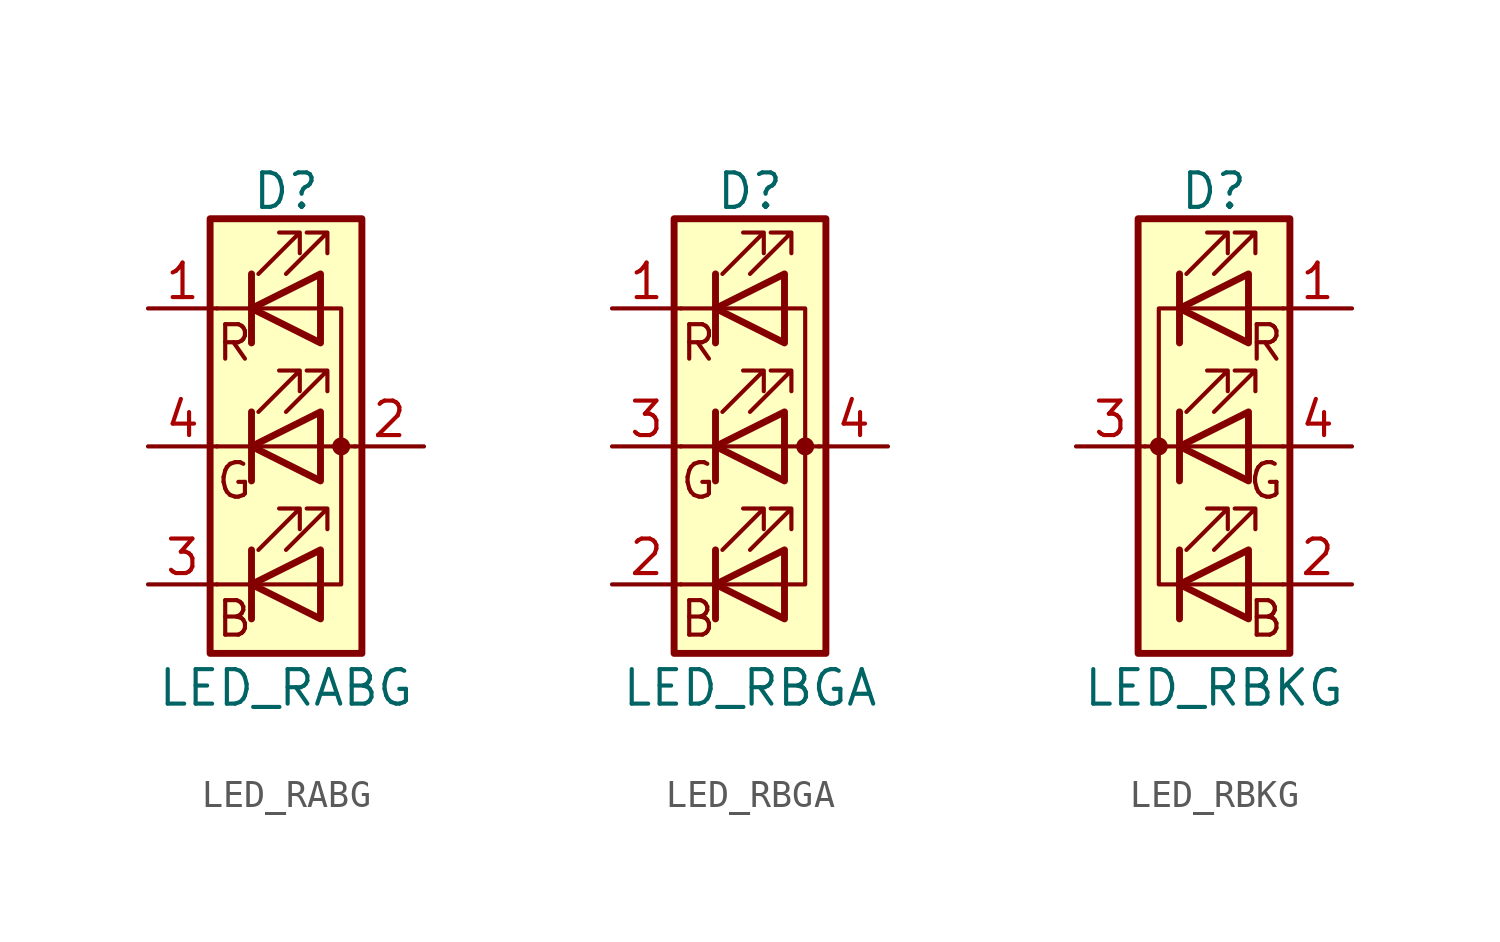
<source format=kicad_sym>
(kicad_symbol_lib
  (version 20211014)
  (generator kicad_symbol_editor)
  (symbol "LED_RABG"
    (pin_names
      (offset 0) hide)
    (property "Reference" "D"
      (at 0 9.398 0)
      (effects (font (size 1.27 1.27))))
    (property "Value" "LED_RABG"
      (at 0 -8.89 0)
      (effects (font (size 1.27 1.27))))
    (symbol "LED_RABG_0_0"
      (text "B" (at -1.905 -6.35 0) (effects (font (size 1.27 1.27))))
      (text "G" (at -1.905 -1.27 0) (effects (font (size 1.27 1.27))))
      (text "R" (at -1.905 3.81 0) (effects (font (size 1.27 1.27)))))
    (symbol "LED_RABG_0_1"
      (polyline (pts (xy -1.27 -5.08) (xy -2.54 -5.08)) (stroke (width 0) (type default) (color 0 0 0 0)) (fill (type none)))
      (polyline (pts (xy -1.27 -5.08) (xy 1.27 -5.08)) (stroke (width 0) (type default) (color 0 0 0 0)) (fill (type none)))
      (polyline (pts (xy -1.27 -3.81) (xy -1.27 -6.35)) (stroke (width 0.254) (type default) (color 0 0 0 0)) (fill (type none)))
      (polyline (pts (xy -1.27 0) (xy -2.54 0)) (stroke (width 0) (type default) (color 0 0 0 0)) (fill (type none)))
      (polyline (pts (xy -1.27 1.27) (xy -1.27 -1.27)) (stroke (width 0.254) (type default) (color 0 0 0 0)) (fill (type none)))
      (polyline (pts (xy -1.27 5.08) (xy -2.54 5.08)) (stroke (width 0) (type default) (color 0 0 0 0)) (fill (type none)))
      (polyline (pts (xy -1.27 5.08) (xy 1.27 5.08)) (stroke (width 0) (type default) (color 0 0 0 0)) (fill (type none)))
      (polyline (pts (xy -1.27 6.35) (xy -1.27 3.81)) (stroke (width 0.254) (type default) (color 0 0 0 0)) (fill (type none)))
      (polyline (pts (xy 1.27 0) (xy -1.27 0)) (stroke (width 0) (type default) (color 0 0 0 0)) (fill (type none)))
      (polyline (pts (xy 1.27 0) (xy 2.54 0)) (stroke (width 0) (type default) (color 0 0 0 0)) (fill (type none)))
      (polyline (pts (xy -1.27 1.27) (xy -1.27 -1.27) (xy -1.27 -1.27)) (stroke (width 0) (type default) (color 0 0 0 0)) (fill (type none)))
      (polyline (pts (xy -1.27 6.35) (xy -1.27 3.81) (xy -1.27 3.81)) (stroke (width 0) (type default) (color 0 0 0 0)) (fill (type none)))
      (polyline (pts (xy 1.27 -5.08) (xy 2.032 -5.08) (xy 2.032 5.08) (xy 1.27 5.08)) (stroke (width 0) (type default) (color 0 0 0 0)) (fill (type none)))
      (polyline (pts (xy 1.27 -3.81) (xy 1.27 -6.35) (xy -1.27 -5.08) (xy 1.27 -3.81)) (stroke (width 0.254) (type default) (color 0 0 0 0)) (fill (type none)))
      (polyline (pts (xy 1.27 1.27) (xy 1.27 -1.27) (xy -1.27 0) (xy 1.27 1.27)) (stroke (width 0.254) (type default) (color 0 0 0 0)) (fill (type none)))
      (polyline (pts (xy 1.27 6.35) (xy 1.27 3.81) (xy -1.27 5.08) (xy 1.27 6.35)) (stroke (width 0.254) (type default) (color 0 0 0 0)) (fill (type none)))
      (polyline (pts (xy -1.016 -3.81) (xy 0.508 -2.286) (xy -0.254 -2.286) (xy 0.508 -2.286) (xy 0.508 -3.048)) (stroke (width 0) (type default) (color 0 0 0 0)) (fill (type none)))
      (polyline (pts (xy -1.016 1.27) (xy 0.508 2.794) (xy -0.254 2.794) (xy 0.508 2.794) (xy 0.508 2.032)) (stroke (width 0) (type default) (color 0 0 0 0)) (fill (type none)))
      (polyline (pts (xy -1.016 6.35) (xy 0.508 7.874) (xy -0.254 7.874) (xy 0.508 7.874) (xy 0.508 7.112)) (stroke (width 0) (type default) (color 0 0 0 0)) (fill (type none)))
      (polyline (pts (xy 0 -3.81) (xy 1.524 -2.286) (xy 0.762 -2.286) (xy 1.524 -2.286) (xy 1.524 -3.048)) (stroke (width 0) (type default) (color 0 0 0 0)) (fill (type none)))
      (polyline (pts (xy 0 1.27) (xy 1.524 2.794) (xy 0.762 2.794) (xy 1.524 2.794) (xy 1.524 2.032)) (stroke (width 0) (type default) (color 0 0 0 0)) (fill (type none)))
      (polyline (pts (xy 0 6.35) (xy 1.524 7.874) (xy 0.762 7.874) (xy 1.524 7.874) (xy 1.524 7.112)) (stroke (width 0) (type default) (color 0 0 0 0)) (fill (type none)))
      (rectangle (start 1.27 -1.27) (end 1.27 1.27) (stroke (width 0) (type default) (color 0 0 0 0)) (fill (type none)))
      (rectangle (start 1.27 1.27) (end 1.27 1.27) (stroke (width 0) (type default) (color 0 0 0 0)) (fill (type none)))
      (rectangle (start 1.27 3.81) (end 1.27 6.35) (stroke (width 0) (type default) (color 0 0 0 0)) (fill (type none)))
      (rectangle (start 1.27 6.35) (end 1.27 6.35) (stroke (width 0) (type default) (color 0 0 0 0)) (fill (type none)))
      (circle (center 2.032 0) (radius 0.254) (stroke (width 0) (type default) (color 0 0 0 0)) (fill (type outline)))
      (rectangle (start 2.794 8.382) (end -2.794 -7.62) (stroke (width 0.254) (type default) (color 0 0 0 0)) (fill (type background))))
    (symbol "LED_RABG_1_1"
      (pin passive line (at -5.08 5.08 0) (length 2.54) (name "RK" (effects (font (size 1.27 1.27)))) (number "1" (effects (font (size 1.27 1.27)))))
      (pin passive line (at 5.08 0 180) (length 2.54) (name "A" (effects (font (size 1.27 1.27)))) (number "2" (effects (font (size 1.27 1.27)))))
      (pin passive line (at -5.08 -5.08 0) (length 2.54) (name "BK" (effects (font (size 1.27 1.27)))) (number "3" (effects (font (size 1.27 1.27)))))
      (pin passive line (at -5.08 0 0) (length 2.54) (name "GK" (effects (font (size 1.27 1.27)))) (number "4" (effects (font (size 1.27 1.27)))))))
  (symbol "LED_RBGA"
    (pin_names
      (offset 0) hide)
    (property "Reference" "D"
      (at 0 9.398 0)
      (effects (font (size 1.27 1.27))))
    (property "Value" "LED_RBGA"
      (at 0 -8.89 0)
      (effects (font (size 1.27 1.27))))
    (symbol "LED_RBGA_0_0"
      (text "B" (at -1.905 -6.35 0) (effects (font (size 1.27 1.27))))
      (text "G" (at -1.905 -1.27 0) (effects (font (size 1.27 1.27))))
      (text "R" (at -1.905 3.81 0) (effects (font (size 1.27 1.27)))))
    (symbol "LED_RBGA_0_1"
      (polyline (pts (xy -1.27 -5.08) (xy -2.54 -5.08)) (stroke (width 0) (type default) (color 0 0 0 0)) (fill (type none)))
      (polyline (pts (xy -1.27 -5.08) (xy 1.27 -5.08)) (stroke (width 0) (type default) (color 0 0 0 0)) (fill (type none)))
      (polyline (pts (xy -1.27 -3.81) (xy -1.27 -6.35)) (stroke (width 0.254) (type default) (color 0 0 0 0)) (fill (type none)))
      (polyline (pts (xy -1.27 0) (xy -2.54 0)) (stroke (width 0) (type default) (color 0 0 0 0)) (fill (type none)))
      (polyline (pts (xy -1.27 1.27) (xy -1.27 -1.27)) (stroke (width 0.254) (type default) (color 0 0 0 0)) (fill (type none)))
      (polyline (pts (xy -1.27 5.08) (xy -2.54 5.08)) (stroke (width 0) (type default) (color 0 0 0 0)) (fill (type none)))
      (polyline (pts (xy -1.27 5.08) (xy 1.27 5.08)) (stroke (width 0) (type default) (color 0 0 0 0)) (fill (type none)))
      (polyline (pts (xy -1.27 6.35) (xy -1.27 3.81)) (stroke (width 0.254) (type default) (color 0 0 0 0)) (fill (type none)))
      (polyline (pts (xy 1.27 0) (xy -1.27 0)) (stroke (width 0) (type default) (color 0 0 0 0)) (fill (type none)))
      (polyline (pts (xy 1.27 0) (xy 2.54 0)) (stroke (width 0) (type default) (color 0 0 0 0)) (fill (type none)))
      (polyline (pts (xy -1.27 1.27) (xy -1.27 -1.27) (xy -1.27 -1.27)) (stroke (width 0) (type default) (color 0 0 0 0)) (fill (type none)))
      (polyline (pts (xy -1.27 6.35) (xy -1.27 3.81) (xy -1.27 3.81)) (stroke (width 0) (type default) (color 0 0 0 0)) (fill (type none)))
      (polyline (pts (xy 1.27 -5.08) (xy 2.032 -5.08) (xy 2.032 5.08) (xy 1.27 5.08)) (stroke (width 0) (type default) (color 0 0 0 0)) (fill (type none)))
      (polyline (pts (xy 1.27 -3.81) (xy 1.27 -6.35) (xy -1.27 -5.08) (xy 1.27 -3.81)) (stroke (width 0.254) (type default) (color 0 0 0 0)) (fill (type none)))
      (polyline (pts (xy 1.27 1.27) (xy 1.27 -1.27) (xy -1.27 0) (xy 1.27 1.27)) (stroke (width 0.254) (type default) (color 0 0 0 0)) (fill (type none)))
      (polyline (pts (xy 1.27 6.35) (xy 1.27 3.81) (xy -1.27 5.08) (xy 1.27 6.35)) (stroke (width 0.254) (type default) (color 0 0 0 0)) (fill (type none)))
      (polyline (pts (xy -1.016 -3.81) (xy 0.508 -2.286) (xy -0.254 -2.286) (xy 0.508 -2.286) (xy 0.508 -3.048)) (stroke (width 0) (type default) (color 0 0 0 0)) (fill (type none)))
      (polyline (pts (xy -1.016 1.27) (xy 0.508 2.794) (xy -0.254 2.794) (xy 0.508 2.794) (xy 0.508 2.032)) (stroke (width 0) (type default) (color 0 0 0 0)) (fill (type none)))
      (polyline (pts (xy -1.016 6.35) (xy 0.508 7.874) (xy -0.254 7.874) (xy 0.508 7.874) (xy 0.508 7.112)) (stroke (width 0) (type default) (color 0 0 0 0)) (fill (type none)))
      (polyline (pts (xy 0 -3.81) (xy 1.524 -2.286) (xy 0.762 -2.286) (xy 1.524 -2.286) (xy 1.524 -3.048)) (stroke (width 0) (type default) (color 0 0 0 0)) (fill (type none)))
      (polyline (pts (xy 0 1.27) (xy 1.524 2.794) (xy 0.762 2.794) (xy 1.524 2.794) (xy 1.524 2.032)) (stroke (width 0) (type default) (color 0 0 0 0)) (fill (type none)))
      (polyline (pts (xy 0 6.35) (xy 1.524 7.874) (xy 0.762 7.874) (xy 1.524 7.874) (xy 1.524 7.112)) (stroke (width 0) (type default) (color 0 0 0 0)) (fill (type none)))
      (rectangle (start 1.27 -1.27) (end 1.27 1.27) (stroke (width 0) (type default) (color 0 0 0 0)) (fill (type none)))
      (rectangle (start 1.27 1.27) (end 1.27 1.27) (stroke (width 0) (type default) (color 0 0 0 0)) (fill (type none)))
      (rectangle (start 1.27 3.81) (end 1.27 6.35) (stroke (width 0) (type default) (color 0 0 0 0)) (fill (type none)))
      (rectangle (start 1.27 6.35) (end 1.27 6.35) (stroke (width 0) (type default) (color 0 0 0 0)) (fill (type none)))
      (circle (center 2.032 0) (radius 0.254) (stroke (width 0) (type default) (color 0 0 0 0)) (fill (type outline)))
      (rectangle (start 2.794 8.382) (end -2.794 -7.62) (stroke (width 0.254) (type default) (color 0 0 0 0)) (fill (type background))))
    (symbol "LED_RBGA_1_1"
      (pin passive line (at -5.08 5.08 0) (length 2.54) (name "RK" (effects (font (size 1.27 1.27)))) (number "1" (effects (font (size 1.27 1.27)))))
      (pin passive line (at -5.08 -5.08 0) (length 2.54) (name "BK" (effects (font (size 1.27 1.27)))) (number "2" (effects (font (size 1.27 1.27)))))
      (pin passive line (at -5.08 0 0) (length 2.54) (name "GK" (effects (font (size 1.27 1.27)))) (number "3" (effects (font (size 1.27 1.27)))))
      (pin passive line (at 5.08 0 180) (length 2.54) (name "A" (effects (font (size 1.27 1.27)))) (number "4" (effects (font (size 1.27 1.27)))))))
  (symbol "LED_RBKG"
    (pin_names
      (offset 0) hide)
    (property "Reference" "D"
      (at 0 9.398 0)
      (effects (font (size 1.27 1.27))))
    (property "Value" "LED_RBKG"
      (at 0 -8.89 0)
      (effects (font (size 1.27 1.27))))
    (symbol "LED_RBKG_0_0"
      (text "B" (at 1.905 -6.35 0) (effects (font (size 1.27 1.27))))
      (text "G" (at 1.905 -1.27 0) (effects (font (size 1.27 1.27))))
      (text "R" (at 1.905 3.81 0) (effects (font (size 1.27 1.27)))))
    (symbol "LED_RBKG_0_1"
      (circle (center -2.032 0) (radius 0.254) (stroke (width 0) (type default) (color 0 0 0 0)) (fill (type outline)))
      (polyline (pts (xy -1.27 -5.08) (xy 1.27 -5.08)) (stroke (width 0) (type default) (color 0 0 0 0)) (fill (type none)))
      (polyline (pts (xy -1.27 -3.81) (xy -1.27 -6.35)) (stroke (width 0.254) (type default) (color 0 0 0 0)) (fill (type none)))
      (polyline (pts (xy -1.27 0) (xy -2.54 0)) (stroke (width 0) (type default) (color 0 0 0 0)) (fill (type none)))
      (polyline (pts (xy -1.27 1.27) (xy -1.27 -1.27)) (stroke (width 0.254) (type default) (color 0 0 0 0)) (fill (type none)))
      (polyline (pts (xy -1.27 5.08) (xy 1.27 5.08)) (stroke (width 0) (type default) (color 0 0 0 0)) (fill (type none)))
      (polyline (pts (xy -1.27 6.35) (xy -1.27 3.81)) (stroke (width 0.254) (type default) (color 0 0 0 0)) (fill (type none)))
      (polyline (pts (xy 1.27 -5.08) (xy 2.54 -5.08)) (stroke (width 0) (type default) (color 0 0 0 0)) (fill (type none)))
      (polyline (pts (xy 1.27 0) (xy -1.27 0)) (stroke (width 0) (type default) (color 0 0 0 0)) (fill (type none)))
      (polyline (pts (xy 1.27 0) (xy 2.54 0)) (stroke (width 0) (type default) (color 0 0 0 0)) (fill (type none)))
      (polyline (pts (xy 1.27 5.08) (xy 2.54 5.08)) (stroke (width 0) (type default) (color 0 0 0 0)) (fill (type none)))
      (polyline (pts (xy -1.27 1.27) (xy -1.27 -1.27) (xy -1.27 -1.27)) (stroke (width 0) (type default) (color 0 0 0 0)) (fill (type none)))
      (polyline (pts (xy -1.27 6.35) (xy -1.27 3.81) (xy -1.27 3.81)) (stroke (width 0) (type default) (color 0 0 0 0)) (fill (type none)))
      (polyline (pts (xy -1.27 5.08) (xy -2.032 5.08) (xy -2.032 -5.08) (xy -1.016 -5.08)) (stroke (width 0) (type default) (color 0 0 0 0)) (fill (type none)))
      (polyline (pts (xy 1.27 -3.81) (xy 1.27 -6.35) (xy -1.27 -5.08) (xy 1.27 -3.81)) (stroke (width 0.254) (type default) (color 0 0 0 0)) (fill (type none)))
      (polyline (pts (xy 1.27 1.27) (xy 1.27 -1.27) (xy -1.27 0) (xy 1.27 1.27)) (stroke (width 0.254) (type default) (color 0 0 0 0)) (fill (type none)))
      (polyline (pts (xy 1.27 6.35) (xy 1.27 3.81) (xy -1.27 5.08) (xy 1.27 6.35)) (stroke (width 0.254) (type default) (color 0 0 0 0)) (fill (type none)))
      (polyline (pts (xy -1.016 -3.81) (xy 0.508 -2.286) (xy -0.254 -2.286) (xy 0.508 -2.286) (xy 0.508 -3.048)) (stroke (width 0) (type default) (color 0 0 0 0)) (fill (type none)))
      (polyline (pts (xy -1.016 1.27) (xy 0.508 2.794) (xy -0.254 2.794) (xy 0.508 2.794) (xy 0.508 2.032)) (stroke (width 0) (type default) (color 0 0 0 0)) (fill (type none)))
      (polyline (pts (xy -1.016 6.35) (xy 0.508 7.874) (xy -0.254 7.874) (xy 0.508 7.874) (xy 0.508 7.112)) (stroke (width 0) (type default) (color 0 0 0 0)) (fill (type none)))
      (polyline (pts (xy 0 -3.81) (xy 1.524 -2.286) (xy 0.762 -2.286) (xy 1.524 -2.286) (xy 1.524 -3.048)) (stroke (width 0) (type default) (color 0 0 0 0)) (fill (type none)))
      (polyline (pts (xy 0 1.27) (xy 1.524 2.794) (xy 0.762 2.794) (xy 1.524 2.794) (xy 1.524 2.032)) (stroke (width 0) (type default) (color 0 0 0 0)) (fill (type none)))
      (polyline (pts (xy 0 6.35) (xy 1.524 7.874) (xy 0.762 7.874) (xy 1.524 7.874) (xy 1.524 7.112)) (stroke (width 0) (type default) (color 0 0 0 0)) (fill (type none)))
      (rectangle (start 1.27 -1.27) (end 1.27 1.27) (stroke (width 0) (type default) (color 0 0 0 0)) (fill (type none)))
      (rectangle (start 1.27 1.27) (end 1.27 1.27) (stroke (width 0) (type default) (color 0 0 0 0)) (fill (type none)))
      (rectangle (start 1.27 3.81) (end 1.27 6.35) (stroke (width 0) (type default) (color 0 0 0 0)) (fill (type none)))
      (rectangle (start 1.27 6.35) (end 1.27 6.35) (stroke (width 0) (type default) (color 0 0 0 0)) (fill (type none)))
      (rectangle (start 2.794 8.382) (end -2.794 -7.62) (stroke (width 0.254) (type default) (color 0 0 0 0)) (fill (type background))))
    (symbol "LED_RBKG_1_1"
      (pin passive line (at 5.08 5.08 180) (length 2.54) (name "RA" (effects (font (size 1.27 1.27)))) (number "1" (effects (font (size 1.27 1.27)))))
      (pin passive line (at 5.08 -5.08 180) (length 2.54) (name "BA" (effects (font (size 1.27 1.27)))) (number "2" (effects (font (size 1.27 1.27)))))
      (pin passive line (at -5.08 0 0) (length 2.54) (name "K" (effects (font (size 1.27 1.27)))) (number "3" (effects (font (size 1.27 1.27)))))
      (pin passive line (at 5.08 0 180) (length 2.54) (name "GA" (effects (font (size 1.27 1.27)))) (number "4" (effects (font (size 1.27 1.27))))))))
</source>
